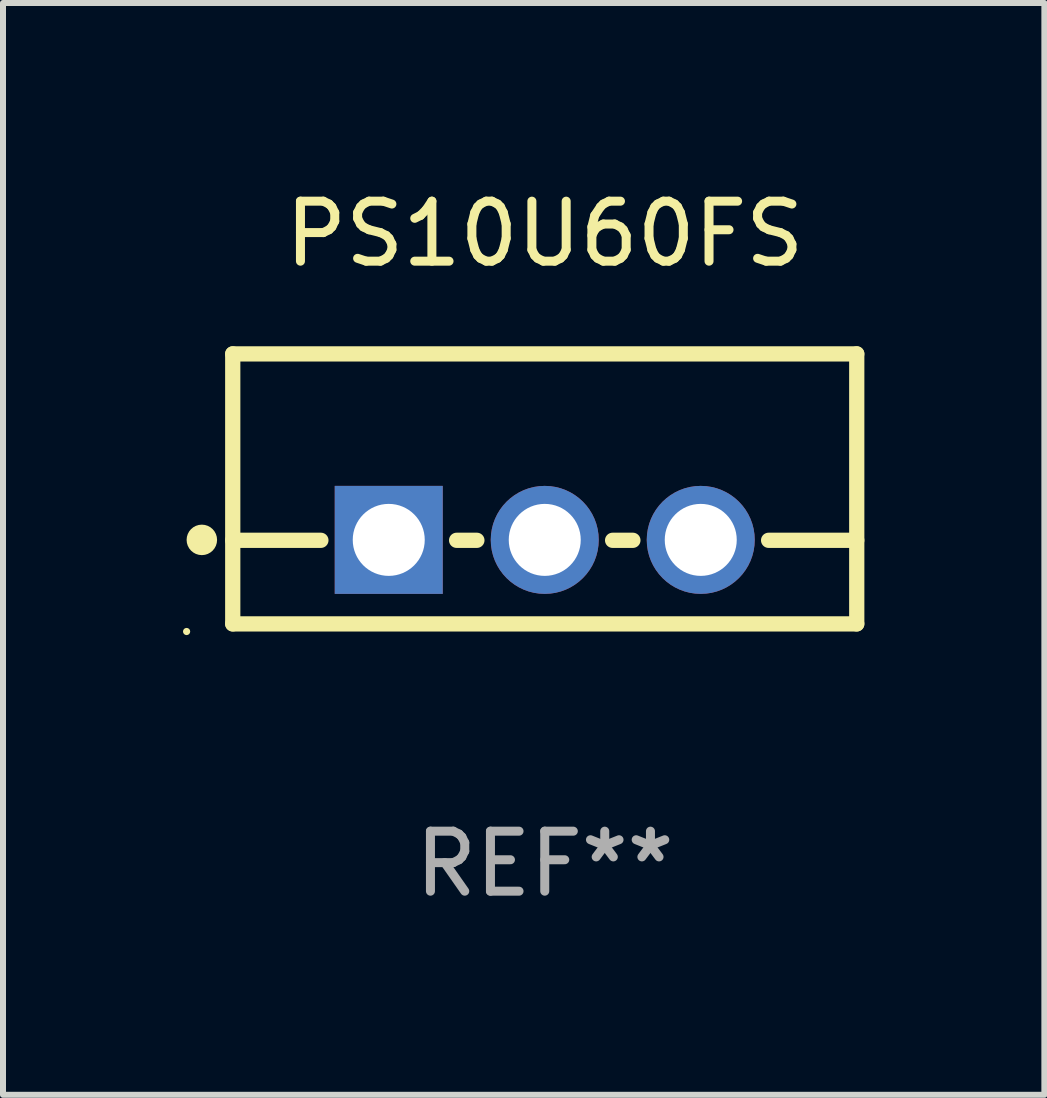
<source format=kicad_pcb>
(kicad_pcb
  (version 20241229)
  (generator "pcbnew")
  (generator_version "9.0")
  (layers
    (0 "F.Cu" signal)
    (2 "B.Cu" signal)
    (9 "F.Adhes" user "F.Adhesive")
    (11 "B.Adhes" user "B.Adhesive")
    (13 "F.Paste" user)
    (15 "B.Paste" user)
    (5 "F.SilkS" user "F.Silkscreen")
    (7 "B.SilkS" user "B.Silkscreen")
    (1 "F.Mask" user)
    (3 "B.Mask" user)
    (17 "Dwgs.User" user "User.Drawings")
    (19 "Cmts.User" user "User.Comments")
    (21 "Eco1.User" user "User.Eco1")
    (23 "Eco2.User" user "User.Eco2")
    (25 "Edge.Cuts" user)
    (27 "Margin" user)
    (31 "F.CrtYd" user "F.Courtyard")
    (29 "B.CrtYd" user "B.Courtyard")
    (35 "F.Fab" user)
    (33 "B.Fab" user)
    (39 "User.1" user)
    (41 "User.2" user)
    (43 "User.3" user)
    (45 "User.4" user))
  (footprint "PS10U60FS"
    (layer "F.Cu")
    (at 6.029 5.098)
    (property "Reference" "PS10U60FS" (at 0 -4.25 0) (layer "F.SilkS") (effects (font (size 1 1) (thickness 0.15))))
    (attr through_hole)
    (fp_line (start -5.2 -2.25) (end -5.2 2.25) (stroke (width 0.254) (type solid)) (layer "F.SilkS"))
    (fp_line (start -5.2 -2.25) (end 5.2 -2.25) (stroke (width 0.254) (type solid)) (layer "F.SilkS"))
    (fp_line (start -5.2 0.857) (end -3.731 0.857) (stroke (width 0.254) (type solid)) (layer "F.SilkS"))
    (fp_line (start -5.2 2.25) (end 5.2 2.25) (stroke (width 0.254) (type solid)) (layer "F.SilkS"))
    (fp_line (start -1.469 0.857) (end -1.131 0.857) (stroke (width 0.254) (type solid)) (layer "F.SilkS"))
    (fp_line (start 1.131 0.857) (end 1.469 0.857) (stroke (width 0.254) (type solid)) (layer "F.SilkS"))
    (fp_line (start 3.731 0.857) (end 5.2 0.857) (stroke (width 0.254) (type solid)) (layer "F.SilkS"))
    (fp_line (start 5.2 -2.25) (end 5.2 2.25) (stroke (width 0.254) (type solid)) (layer "F.SilkS"))
    (fp_circle (center -5.969 2.377) (end -5.939 2.377) (stroke (width 0.06) (type solid)) (fill no) (layer "F.SilkS"))
    (fp_circle (center -5.715 0.85) (end -5.588 0.85) (stroke (width 0.254) (type solid)) (fill no) (layer "F.SilkS"))
    (fp_text user "REF**" (at 0 6.25 0) (layer "F.Fab") (effects (font (size 1 1) (thickness 0.15))))
    (pad "1" thru_hole rect (at -2.6 0.85) (size 1.8 1.8) (drill 1.2) (layers "*.Cu" "*.Mask"))
    (pad "2" thru_hole circle (at 0 0.85) (size 1.8 1.8) (drill 1.2) (layers "*.Cu" "*.Mask"))
    (pad "3" thru_hole circle (at 2.6 0.85) (size 1.8 1.8) (drill 1.2) (layers "*.Cu" "*.Mask")))
  (gr_rect
    (start -3 -3)
    (end 14.356 15.197)
    (stroke (width 0.1) (type default))
    (fill no)
    (layer "Edge.Cuts")))
</source>
